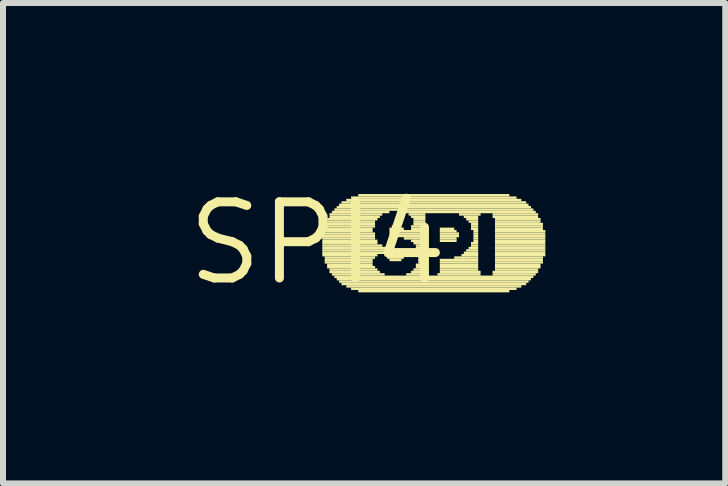
<source format=kicad_pcb>
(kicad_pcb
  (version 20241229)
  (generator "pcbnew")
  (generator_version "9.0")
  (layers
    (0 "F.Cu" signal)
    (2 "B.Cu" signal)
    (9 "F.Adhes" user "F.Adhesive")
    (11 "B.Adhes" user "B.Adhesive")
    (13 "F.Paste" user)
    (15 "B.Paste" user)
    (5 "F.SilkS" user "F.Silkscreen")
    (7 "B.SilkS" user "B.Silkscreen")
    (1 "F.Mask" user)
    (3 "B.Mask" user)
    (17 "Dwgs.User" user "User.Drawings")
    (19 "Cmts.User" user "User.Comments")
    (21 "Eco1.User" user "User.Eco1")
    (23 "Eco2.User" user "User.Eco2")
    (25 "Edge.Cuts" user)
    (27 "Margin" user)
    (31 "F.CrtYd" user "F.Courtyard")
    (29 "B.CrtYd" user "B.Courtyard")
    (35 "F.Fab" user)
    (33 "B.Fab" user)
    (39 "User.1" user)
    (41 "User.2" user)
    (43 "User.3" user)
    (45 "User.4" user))
  (footprint "SPI4"
    (layer "F.Cu")
    (at 2.245 1.006)
    (property "Reference" "SPI4" (at 0 0 0) (layer "F.SilkS") (effects (font (size 1.27 1.27) (thickness 0.15))))
    (fp_poly (pts (xy 0.08 -0.18) (xy 0.92 -0.18) (xy 0.92 -0.22) (xy 0.08 -0.22)) (stroke (width 0) (type default)) (fill yes) (layer "F.SilkS"))
    (fp_poly (pts (xy 0.08 -0.14) (xy 0.96 -0.14) (xy 0.96 -0.18) (xy 0.08 -0.18)) (stroke (width 0) (type default)) (fill yes) (layer "F.SilkS"))
    (fp_poly (pts (xy 0.08 -0.1) (xy 0.96 -0.1) (xy 0.96 -0.14) (xy 0.08 -0.14)) (stroke (width 0) (type default)) (fill yes) (layer "F.SilkS"))
    (fp_poly (pts (xy 0.08 -0.06) (xy 0.96 -0.06) (xy 0.96 -0.1) (xy 0.08 -0.1)) (stroke (width 0) (type default)) (fill yes) (layer "F.SilkS"))
    (fp_poly (pts (xy 0.08 -0.02) (xy 1 -0.02) (xy 1 -0.06) (xy 0.08 -0.06)) (stroke (width 0) (type default)) (fill yes) (layer "F.SilkS"))
    (fp_poly (pts (xy 0.08 0.02) (xy 1 0.02) (xy 1 -0.02) (xy 0.08 -0.02)) (stroke (width 0) (type default)) (fill yes) (layer "F.SilkS"))
    (fp_poly (pts (xy 0.08 0.06) (xy 1.08 0.06) (xy 1.08 0.02) (xy 0.08 0.02)) (stroke (width 0) (type default)) (fill yes) (layer "F.SilkS"))
    (fp_poly (pts (xy 0.08 0.1) (xy 1.16 0.1) (xy 1.16 0.06) (xy 0.08 0.06)) (stroke (width 0) (type default)) (fill yes) (layer "F.SilkS"))
    (fp_poly (pts (xy 0.08 0.14) (xy 1.32 0.14) (xy 1.32 0.1) (xy 0.08 0.1)) (stroke (width 0) (type default)) (fill yes) (layer "F.SilkS"))
    (fp_poly (pts (xy 0.08 0.18) (xy 1.4 0.18) (xy 1.4 0.14) (xy 0.08 0.14)) (stroke (width 0) (type default)) (fill yes) (layer "F.SilkS"))
    (fp_poly (pts (xy 0.08 0.22) (xy 1 0.22) (xy 1 0.18) (xy 0.08 0.18)) (stroke (width 0) (type default)) (fill yes) (layer "F.SilkS"))
    (fp_poly (pts (xy 0.12 -0.3) (xy 0.96 -0.3) (xy 0.96 -0.34) (xy 0.12 -0.34)) (stroke (width 0) (type default)) (fill yes) (layer "F.SilkS"))
    (fp_poly (pts (xy 0.12 -0.26) (xy 0.96 -0.26) (xy 0.96 -0.3) (xy 0.12 -0.3)) (stroke (width 0) (type default)) (fill yes) (layer "F.SilkS"))
    (fp_poly (pts (xy 0.12 -0.22) (xy 0.92 -0.22) (xy 0.92 -0.26) (xy 0.12 -0.26)) (stroke (width 0) (type default)) (fill yes) (layer "F.SilkS"))
    (fp_poly (pts (xy 0.12 0.26) (xy 0.96 0.26) (xy 0.96 0.22) (xy 0.12 0.22)) (stroke (width 0) (type default)) (fill yes) (layer "F.SilkS"))
    (fp_poly (pts (xy 0.12 0.3) (xy 0.92 0.3) (xy 0.92 0.26) (xy 0.12 0.26)) (stroke (width 0) (type default)) (fill yes) (layer "F.SilkS"))
    (fp_poly (pts (xy 0.12 0.34) (xy 0.92 0.34) (xy 0.92 0.3) (xy 0.12 0.3)) (stroke (width 0) (type default)) (fill yes) (layer "F.SilkS"))
    (fp_poly (pts (xy 0.16 -0.38) (xy 1 -0.38) (xy 1 -0.42) (xy 0.16 -0.42)) (stroke (width 0) (type default)) (fill yes) (layer "F.SilkS"))
    (fp_poly (pts (xy 0.16 -0.34) (xy 0.96 -0.34) (xy 0.96 -0.38) (xy 0.16 -0.38)) (stroke (width 0) (type default)) (fill yes) (layer "F.SilkS"))
    (fp_poly (pts (xy 0.16 0.38) (xy 0.92 0.38) (xy 0.92 0.34) (xy 0.16 0.34)) (stroke (width 0) (type default)) (fill yes) (layer "F.SilkS"))
    (fp_poly (pts (xy 0.16 0.42) (xy 0.96 0.42) (xy 0.96 0.38) (xy 0.16 0.38)) (stroke (width 0) (type default)) (fill yes) (layer "F.SilkS"))
    (fp_poly (pts (xy 0.2 -0.46) (xy 1.08 -0.46) (xy 1.08 -0.5) (xy 0.2 -0.5)) (stroke (width 0) (type default)) (fill yes) (layer "F.SilkS"))
    (fp_poly (pts (xy 0.2 -0.42) (xy 1.04 -0.42) (xy 1.04 -0.46) (xy 0.2 -0.46)) (stroke (width 0) (type default)) (fill yes) (layer "F.SilkS"))
    (fp_poly (pts (xy 0.2 0.46) (xy 1 0.46) (xy 1 0.42) (xy 0.2 0.42)) (stroke (width 0) (type default)) (fill yes) (layer "F.SilkS"))
    (fp_poly (pts (xy 0.2 0.5) (xy 1.04 0.5) (xy 1.04 0.46) (xy 0.2 0.46)) (stroke (width 0) (type default)) (fill yes) (layer "F.SilkS"))
    (fp_poly (pts (xy 0.24 -0.5) (xy 1.2 -0.5) (xy 1.2 -0.54) (xy 0.24 -0.54)) (stroke (width 0) (type default)) (fill yes) (layer "F.SilkS"))
    (fp_poly (pts (xy 0.24 0.54) (xy 1.12 0.54) (xy 1.12 0.5) (xy 0.24 0.5)) (stroke (width 0) (type default)) (fill yes) (layer "F.SilkS"))
    (fp_poly (pts (xy 0.28 -0.54) (xy 3.6 -0.54) (xy 3.6 -0.58) (xy 0.28 -0.58)) (stroke (width 0) (type default)) (fill yes) (layer "F.SilkS"))
    (fp_poly (pts (xy 0.28 0.58) (xy 3.6 0.58) (xy 3.6 0.54) (xy 0.28 0.54)) (stroke (width 0) (type default)) (fill yes) (layer "F.SilkS"))
    (fp_poly (pts (xy 0.32 -0.58) (xy 3.56 -0.58) (xy 3.56 -0.62) (xy 0.32 -0.62)) (stroke (width 0) (type default)) (fill yes) (layer "F.SilkS"))
    (fp_poly (pts (xy 0.32 0.62) (xy 3.56 0.62) (xy 3.56 0.58) (xy 0.32 0.58)) (stroke (width 0) (type default)) (fill yes) (layer "F.SilkS"))
    (fp_poly (pts (xy 0.36 -0.62) (xy 3.52 -0.62) (xy 3.52 -0.66) (xy 0.36 -0.66)) (stroke (width 0) (type default)) (fill yes) (layer "F.SilkS"))
    (fp_poly (pts (xy 0.36 0.66) (xy 3.52 0.66) (xy 3.52 0.62) (xy 0.36 0.62)) (stroke (width 0) (type default)) (fill yes) (layer "F.SilkS"))
    (fp_poly (pts (xy 0.4 -0.66) (xy 3.48 -0.66) (xy 3.48 -0.7) (xy 0.4 -0.7)) (stroke (width 0) (type default)) (fill yes) (layer "F.SilkS"))
    (fp_poly (pts (xy 0.4 0.7) (xy 3.48 0.7) (xy 3.48 0.66) (xy 0.4 0.66)) (stroke (width 0) (type default)) (fill yes) (layer "F.SilkS"))
    (fp_poly (pts (xy 0.48 -0.7) (xy 3.4 -0.7) (xy 3.4 -0.74) (xy 0.48 -0.74)) (stroke (width 0) (type default)) (fill yes) (layer "F.SilkS"))
    (fp_poly (pts (xy 0.48 0.74) (xy 3.4 0.74) (xy 3.4 0.7) (xy 0.48 0.7)) (stroke (width 0) (type default)) (fill yes) (layer "F.SilkS"))
    (fp_poly (pts (xy 0.56 -0.74) (xy 3.32 -0.74) (xy 3.32 -0.78) (xy 0.56 -0.78)) (stroke (width 0) (type default)) (fill yes) (layer "F.SilkS"))
    (fp_poly (pts (xy 0.56 0.78) (xy 3.32 0.78) (xy 3.32 0.74) (xy 0.56 0.74)) (stroke (width 0) (type default)) (fill yes) (layer "F.SilkS"))
    (fp_poly (pts (xy 0.68 -0.78) (xy 3.2 -0.78) (xy 3.2 -0.82) (xy 0.68 -0.82)) (stroke (width 0) (type default)) (fill yes) (layer "F.SilkS"))
    (fp_poly (pts (xy 0.68 0.82) (xy 3.2 0.82) (xy 3.2 0.78) (xy 0.68 0.78)) (stroke (width 0) (type default)) (fill yes) (layer "F.SilkS"))
    (fp_poly (pts (xy 1.12 0.22) (xy 1.44 0.22) (xy 1.44 0.18) (xy 1.12 0.18)) (stroke (width 0) (type default)) (fill yes) (layer "F.SilkS"))
    (fp_poly (pts (xy 1.16 0.26) (xy 1.44 0.26) (xy 1.44 0.22) (xy 1.16 0.22)) (stroke (width 0) (type default)) (fill yes) (layer "F.SilkS"))
    (fp_poly (pts (xy 1.2 -0.22) (xy 1.44 -0.22) (xy 1.44 -0.26) (xy 1.2 -0.26)) (stroke (width 0) (type default)) (fill yes) (layer "F.SilkS"))
    (fp_poly (pts (xy 1.2 -0.18) (xy 1.8 -0.18) (xy 1.8 -0.22) (xy 1.2 -0.22)) (stroke (width 0) (type default)) (fill yes) (layer "F.SilkS"))
    (fp_poly (pts (xy 1.2 -0.14) (xy 1.8 -0.14) (xy 1.8 -0.18) (xy 1.2 -0.18)) (stroke (width 0) (type default)) (fill yes) (layer "F.SilkS"))
    (fp_poly (pts (xy 1.2 0.3) (xy 1.4 0.3) (xy 1.4 0.26) (xy 1.2 0.26)) (stroke (width 0) (type default)) (fill yes) (layer "F.SilkS"))
    (fp_poly (pts (xy 1.24 -0.26) (xy 1.36 -0.26) (xy 1.36 -0.3) (xy 1.24 -0.3)) (stroke (width 0) (type default)) (fill yes) (layer "F.SilkS"))
    (fp_poly (pts (xy 1.28 -0.1) (xy 1.8 -0.1) (xy 1.8 -0.14) (xy 1.28 -0.14)) (stroke (width 0) (type default)) (fill yes) (layer "F.SilkS"))
    (fp_poly (pts (xy 1.4 -0.5) (xy 3.64 -0.5) (xy 3.64 -0.54) (xy 1.4 -0.54)) (stroke (width 0) (type default)) (fill yes) (layer "F.SilkS"))
    (fp_poly (pts (xy 1.44 -0.06) (xy 1.8 -0.06) (xy 1.8 -0.1) (xy 1.44 -0.1)) (stroke (width 0) (type default)) (fill yes) (layer "F.SilkS"))
    (fp_poly (pts (xy 1.48 0.54) (xy 1.84 0.54) (xy 1.84 0.5) (xy 1.48 0.5)) (stroke (width 0) (type default)) (fill yes) (layer "F.SilkS"))
    (fp_poly (pts (xy 1.52 -0.46) (xy 1.8 -0.46) (xy 1.8 -0.5) (xy 1.52 -0.5)) (stroke (width 0) (type default)) (fill yes) (layer "F.SilkS"))
    (fp_poly (pts (xy 1.56 -0.42) (xy 1.8 -0.42) (xy 1.8 -0.46) (xy 1.56 -0.46)) (stroke (width 0) (type default)) (fill yes) (layer "F.SilkS"))
    (fp_poly (pts (xy 1.56 -0.26) (xy 1.8 -0.26) (xy 1.8 -0.3) (xy 1.56 -0.3)) (stroke (width 0) (type default)) (fill yes) (layer "F.SilkS"))
    (fp_poly (pts (xy 1.56 -0.22) (xy 1.8 -0.22) (xy 1.8 -0.26) (xy 1.56 -0.26)) (stroke (width 0) (type default)) (fill yes) (layer "F.SilkS"))
    (fp_poly (pts (xy 1.56 -0.02) (xy 1.8 -0.02) (xy 1.8 -0.06) (xy 1.56 -0.06)) (stroke (width 0) (type default)) (fill yes) (layer "F.SilkS"))
    (fp_poly (pts (xy 1.56 0.5) (xy 1.8 0.5) (xy 1.8 0.46) (xy 1.56 0.46)) (stroke (width 0) (type default)) (fill yes) (layer "F.SilkS"))
    (fp_poly (pts (xy 1.6 -0.38) (xy 1.8 -0.38) (xy 1.8 -0.42) (xy 1.6 -0.42)) (stroke (width 0) (type default)) (fill yes) (layer "F.SilkS"))
    (fp_poly (pts (xy 1.6 -0.34) (xy 1.8 -0.34) (xy 1.8 -0.38) (xy 1.6 -0.38)) (stroke (width 0) (type default)) (fill yes) (layer "F.SilkS"))
    (fp_poly (pts (xy 1.6 -0.3) (xy 1.8 -0.3) (xy 1.8 -0.34) (xy 1.6 -0.34)) (stroke (width 0) (type default)) (fill yes) (layer "F.SilkS"))
    (fp_poly (pts (xy 1.6 0.02) (xy 1.8 0.02) (xy 1.8 -0.02) (xy 1.6 -0.02)) (stroke (width 0) (type default)) (fill yes) (layer "F.SilkS"))
    (fp_poly (pts (xy 1.6 0.46) (xy 1.8 0.46) (xy 1.8 0.42) (xy 1.6 0.42)) (stroke (width 0) (type default)) (fill yes) (layer "F.SilkS"))
    (fp_poly (pts (xy 1.64 0.06) (xy 1.8 0.06) (xy 1.8 0.02) (xy 1.64 0.02)) (stroke (width 0) (type default)) (fill yes) (layer "F.SilkS"))
    (fp_poly (pts (xy 1.64 0.1) (xy 1.8 0.1) (xy 1.8 0.06) (xy 1.64 0.06)) (stroke (width 0) (type default)) (fill yes) (layer "F.SilkS"))
    (fp_poly (pts (xy 1.64 0.38) (xy 1.8 0.38) (xy 1.8 0.34) (xy 1.64 0.34)) (stroke (width 0) (type default)) (fill yes) (layer "F.SilkS"))
    (fp_poly (pts (xy 1.64 0.42) (xy 1.8 0.42) (xy 1.8 0.38) (xy 1.64 0.38)) (stroke (width 0) (type default)) (fill yes) (layer "F.SilkS"))
    (fp_poly (pts (xy 1.68 0.14) (xy 1.8 0.14) (xy 1.8 0.1) (xy 1.68 0.1)) (stroke (width 0) (type default)) (fill yes) (layer "F.SilkS"))
    (fp_poly (pts (xy 1.68 0.18) (xy 1.8 0.18) (xy 1.8 0.14) (xy 1.68 0.14)) (stroke (width 0) (type default)) (fill yes) (layer "F.SilkS"))
    (fp_poly (pts (xy 1.68 0.22) (xy 1.8 0.22) (xy 1.8 0.18) (xy 1.68 0.18)) (stroke (width 0) (type default)) (fill yes) (layer "F.SilkS"))
    (fp_poly (pts (xy 1.68 0.26) (xy 1.8 0.26) (xy 1.8 0.22) (xy 1.68 0.22)) (stroke (width 0) (type default)) (fill yes) (layer "F.SilkS"))
    (fp_poly (pts (xy 1.68 0.3) (xy 1.8 0.3) (xy 1.8 0.26) (xy 1.68 0.26)) (stroke (width 0) (type default)) (fill yes) (layer "F.SilkS"))
    (fp_poly (pts (xy 1.68 0.34) (xy 1.8 0.34) (xy 1.8 0.3) (xy 1.68 0.3)) (stroke (width 0) (type default)) (fill yes) (layer "F.SilkS"))
    (fp_poly (pts (xy 2 0.54) (xy 2.72 0.54) (xy 2.72 0.5) (xy 2 0.5)) (stroke (width 0) (type default)) (fill yes) (layer "F.SilkS"))
    (fp_poly (pts (xy 2.04 -0.22) (xy 2.28 -0.22) (xy 2.28 -0.26) (xy 2.04 -0.26)) (stroke (width 0) (type default)) (fill yes) (layer "F.SilkS"))
    (fp_poly (pts (xy 2.04 -0.18) (xy 2.32 -0.18) (xy 2.32 -0.22) (xy 2.04 -0.22)) (stroke (width 0) (type default)) (fill yes) (layer "F.SilkS"))
    (fp_poly (pts (xy 2.04 -0.14) (xy 2.36 -0.14) (xy 2.36 -0.18) (xy 2.04 -0.18)) (stroke (width 0) (type default)) (fill yes) (layer "F.SilkS"))
    (fp_poly (pts (xy 2.04 -0.1) (xy 2.36 -0.1) (xy 2.36 -0.14) (xy 2.04 -0.14)) (stroke (width 0) (type default)) (fill yes) (layer "F.SilkS"))
    (fp_poly (pts (xy 2.04 -0.06) (xy 2.32 -0.06) (xy 2.32 -0.1) (xy 2.04 -0.1)) (stroke (width 0) (type default)) (fill yes) (layer "F.SilkS"))
    (fp_poly (pts (xy 2.04 -0.02) (xy 2.32 -0.02) (xy 2.32 -0.06) (xy 2.04 -0.06)) (stroke (width 0) (type default)) (fill yes) (layer "F.SilkS"))
    (fp_poly (pts (xy 2.04 0.3) (xy 2.68 0.3) (xy 2.68 0.26) (xy 2.04 0.26)) (stroke (width 0) (type default)) (fill yes) (layer "F.SilkS"))
    (fp_poly (pts (xy 2.04 0.34) (xy 2.68 0.34) (xy 2.68 0.3) (xy 2.04 0.3)) (stroke (width 0) (type default)) (fill yes) (layer "F.SilkS"))
    (fp_poly (pts (xy 2.04 0.38) (xy 2.68 0.38) (xy 2.68 0.34) (xy 2.04 0.34)) (stroke (width 0) (type default)) (fill yes) (layer "F.SilkS"))
    (fp_poly (pts (xy 2.04 0.42) (xy 2.68 0.42) (xy 2.68 0.38) (xy 2.04 0.38)) (stroke (width 0) (type default)) (fill yes) (layer "F.SilkS"))
    (fp_poly (pts (xy 2.04 0.46) (xy 2.68 0.46) (xy 2.68 0.42) (xy 2.04 0.42)) (stroke (width 0) (type default)) (fill yes) (layer "F.SilkS"))
    (fp_poly (pts (xy 2.04 0.5) (xy 2.72 0.5) (xy 2.72 0.46) (xy 2.04 0.46)) (stroke (width 0) (type default)) (fill yes) (layer "F.SilkS"))
    (fp_poly (pts (xy 2.28 0.26) (xy 2.68 0.26) (xy 2.68 0.22) (xy 2.28 0.22)) (stroke (width 0) (type default)) (fill yes) (layer "F.SilkS"))
    (fp_poly (pts (xy 2.36 -0.46) (xy 2.72 -0.46) (xy 2.72 -0.5) (xy 2.36 -0.5)) (stroke (width 0) (type default)) (fill yes) (layer "F.SilkS"))
    (fp_poly (pts (xy 2.4 0.22) (xy 2.68 0.22) (xy 2.68 0.18) (xy 2.4 0.18)) (stroke (width 0) (type default)) (fill yes) (layer "F.SilkS"))
    (fp_poly (pts (xy 2.44 -0.42) (xy 2.68 -0.42) (xy 2.68 -0.46) (xy 2.44 -0.46)) (stroke (width 0) (type default)) (fill yes) (layer "F.SilkS"))
    (fp_poly (pts (xy 2.44 0.18) (xy 2.68 0.18) (xy 2.68 0.14) (xy 2.44 0.14)) (stroke (width 0) (type default)) (fill yes) (layer "F.SilkS"))
    (fp_poly (pts (xy 2.48 -0.38) (xy 2.68 -0.38) (xy 2.68 -0.42) (xy 2.48 -0.42)) (stroke (width 0) (type default)) (fill yes) (layer "F.SilkS"))
    (fp_poly (pts (xy 2.48 0.14) (xy 2.68 0.14) (xy 2.68 0.1) (xy 2.48 0.1)) (stroke (width 0) (type default)) (fill yes) (layer "F.SilkS"))
    (fp_poly (pts (xy 2.52 -0.34) (xy 2.68 -0.34) (xy 2.68 -0.38) (xy 2.52 -0.38)) (stroke (width 0) (type default)) (fill yes) (layer "F.SilkS"))
    (fp_poly (pts (xy 2.52 0.1) (xy 2.68 0.1) (xy 2.68 0.06) (xy 2.52 0.06)) (stroke (width 0) (type default)) (fill yes) (layer "F.SilkS"))
    (fp_poly (pts (xy 2.56 -0.3) (xy 2.68 -0.3) (xy 2.68 -0.34) (xy 2.56 -0.34)) (stroke (width 0) (type default)) (fill yes) (layer "F.SilkS"))
    (fp_poly (pts (xy 2.56 -0.26) (xy 2.68 -0.26) (xy 2.68 -0.3) (xy 2.56 -0.3)) (stroke (width 0) (type default)) (fill yes) (layer "F.SilkS"))
    (fp_poly (pts (xy 2.56 -0.22) (xy 2.68 -0.22) (xy 2.68 -0.26) (xy 2.56 -0.26)) (stroke (width 0) (type default)) (fill yes) (layer "F.SilkS"))
    (fp_poly (pts (xy 2.56 0.02) (xy 2.68 0.02) (xy 2.68 -0.02) (xy 2.56 -0.02)) (stroke (width 0) (type default)) (fill yes) (layer "F.SilkS"))
    (fp_poly (pts (xy 2.56 0.06) (xy 2.68 0.06) (xy 2.68 0.02) (xy 2.56 0.02)) (stroke (width 0) (type default)) (fill yes) (layer "F.SilkS"))
    (fp_poly (pts (xy 2.6 -0.18) (xy 2.68 -0.18) (xy 2.68 -0.22) (xy 2.6 -0.22)) (stroke (width 0) (type default)) (fill yes) (layer "F.SilkS"))
    (fp_poly (pts (xy 2.6 -0.14) (xy 2.68 -0.14) (xy 2.68 -0.18) (xy 2.6 -0.18)) (stroke (width 0) (type default)) (fill yes) (layer "F.SilkS"))
    (fp_poly (pts (xy 2.6 -0.1) (xy 2.68 -0.1) (xy 2.68 -0.14) (xy 2.6 -0.14)) (stroke (width 0) (type default)) (fill yes) (layer "F.SilkS"))
    (fp_poly (pts (xy 2.6 -0.06) (xy 2.68 -0.06) (xy 2.68 -0.1) (xy 2.6 -0.1)) (stroke (width 0) (type default)) (fill yes) (layer "F.SilkS"))
    (fp_poly (pts (xy 2.6 -0.02) (xy 2.68 -0.02) (xy 2.68 -0.06) (xy 2.6 -0.06)) (stroke (width 0) (type default)) (fill yes) (layer "F.SilkS"))
    (fp_poly (pts (xy 2.92 -0.46) (xy 3.68 -0.46) (xy 3.68 -0.5) (xy 2.92 -0.5)) (stroke (width 0) (type default)) (fill yes) (layer "F.SilkS"))
    (fp_poly (pts (xy 2.92 -0.42) (xy 3.68 -0.42) (xy 3.68 -0.46) (xy 2.92 -0.46)) (stroke (width 0) (type default)) (fill yes) (layer "F.SilkS"))
    (fp_poly (pts (xy 2.92 0.5) (xy 3.68 0.5) (xy 3.68 0.46) (xy 2.92 0.46)) (stroke (width 0) (type default)) (fill yes) (layer "F.SilkS"))
    (fp_poly (pts (xy 2.92 0.54) (xy 3.64 0.54) (xy 3.64 0.5) (xy 2.92 0.5)) (stroke (width 0) (type default)) (fill yes) (layer "F.SilkS"))
    (fp_poly (pts (xy 2.96 -0.38) (xy 3.72 -0.38) (xy 3.72 -0.42) (xy 2.96 -0.42)) (stroke (width 0) (type default)) (fill yes) (layer "F.SilkS"))
    (fp_poly (pts (xy 2.96 -0.34) (xy 3.72 -0.34) (xy 3.72 -0.38) (xy 2.96 -0.38)) (stroke (width 0) (type default)) (fill yes) (layer "F.SilkS"))
    (fp_poly (pts (xy 2.96 -0.3) (xy 3.76 -0.3) (xy 3.76 -0.34) (xy 2.96 -0.34)) (stroke (width 0) (type default)) (fill yes) (layer "F.SilkS"))
    (fp_poly (pts (xy 2.96 -0.26) (xy 3.76 -0.26) (xy 3.76 -0.3) (xy 2.96 -0.3)) (stroke (width 0) (type default)) (fill yes) (layer "F.SilkS"))
    (fp_poly (pts (xy 2.96 -0.22) (xy 3.76 -0.22) (xy 3.76 -0.26) (xy 2.96 -0.26)) (stroke (width 0) (type default)) (fill yes) (layer "F.SilkS"))
    (fp_poly (pts (xy 2.96 -0.18) (xy 3.8 -0.18) (xy 3.8 -0.22) (xy 2.96 -0.22)) (stroke (width 0) (type default)) (fill yes) (layer "F.SilkS"))
    (fp_poly (pts (xy 2.96 -0.14) (xy 3.8 -0.14) (xy 3.8 -0.18) (xy 2.96 -0.18)) (stroke (width 0) (type default)) (fill yes) (layer "F.SilkS"))
    (fp_poly (pts (xy 2.96 -0.1) (xy 3.8 -0.1) (xy 3.8 -0.14) (xy 2.96 -0.14)) (stroke (width 0) (type default)) (fill yes) (layer "F.SilkS"))
    (fp_poly (pts (xy 2.96 -0.06) (xy 3.8 -0.06) (xy 3.8 -0.1) (xy 2.96 -0.1)) (stroke (width 0) (type default)) (fill yes) (layer "F.SilkS"))
    (fp_poly (pts (xy 2.96 -0.02) (xy 3.8 -0.02) (xy 3.8 -0.06) (xy 2.96 -0.06)) (stroke (width 0) (type default)) (fill yes) (layer "F.SilkS"))
    (fp_poly (pts (xy 2.96 0.02) (xy 3.8 0.02) (xy 3.8 -0.02) (xy 2.96 -0.02)) (stroke (width 0) (type default)) (fill yes) (layer "F.SilkS"))
    (fp_poly (pts (xy 2.96 0.06) (xy 3.8 0.06) (xy 3.8 0.02) (xy 2.96 0.02)) (stroke (width 0) (type default)) (fill yes) (layer "F.SilkS"))
    (fp_poly (pts (xy 2.96 0.1) (xy 3.8 0.1) (xy 3.8 0.06) (xy 2.96 0.06)) (stroke (width 0) (type default)) (fill yes) (layer "F.SilkS"))
    (fp_poly (pts (xy 2.96 0.14) (xy 3.8 0.14) (xy 3.8 0.1) (xy 2.96 0.1)) (stroke (width 0) (type default)) (fill yes) (layer "F.SilkS"))
    (fp_poly (pts (xy 2.96 0.18) (xy 3.8 0.18) (xy 3.8 0.14) (xy 2.96 0.14)) (stroke (width 0) (type default)) (fill yes) (layer "F.SilkS"))
    (fp_poly (pts (xy 2.96 0.22) (xy 3.8 0.22) (xy 3.8 0.18) (xy 2.96 0.18)) (stroke (width 0) (type default)) (fill yes) (layer "F.SilkS"))
    (fp_poly (pts (xy 2.96 0.26) (xy 3.76 0.26) (xy 3.76 0.22) (xy 2.96 0.22)) (stroke (width 0) (type default)) (fill yes) (layer "F.SilkS"))
    (fp_poly (pts (xy 2.96 0.3) (xy 3.76 0.3) (xy 3.76 0.26) (xy 2.96 0.26)) (stroke (width 0) (type default)) (fill yes) (layer "F.SilkS"))
    (fp_poly (pts (xy 2.96 0.34) (xy 3.76 0.34) (xy 3.76 0.3) (xy 2.96 0.3)) (stroke (width 0) (type default)) (fill yes) (layer "F.SilkS"))
    (fp_poly (pts (xy 2.96 0.38) (xy 3.72 0.38) (xy 3.72 0.34) (xy 2.96 0.34)) (stroke (width 0) (type default)) (fill yes) (layer "F.SilkS"))
    (fp_poly (pts (xy 2.96 0.42) (xy 3.72 0.42) (xy 3.72 0.38) (xy 2.96 0.38)) (stroke (width 0) (type default)) (fill yes) (layer "F.SilkS"))
    (fp_poly (pts (xy 2.96 0.46) (xy 3.68 0.46) (xy 3.68 0.42) (xy 2.96 0.42)) (stroke (width 0) (type default)) (fill yes) (layer "F.SilkS")))
  (gr_rect
    (start -3 -3)
    (end 9.045 5.012)
    (stroke (width 0.1) (type default))
    (fill no)
    (layer "Edge.Cuts")))
</source>
